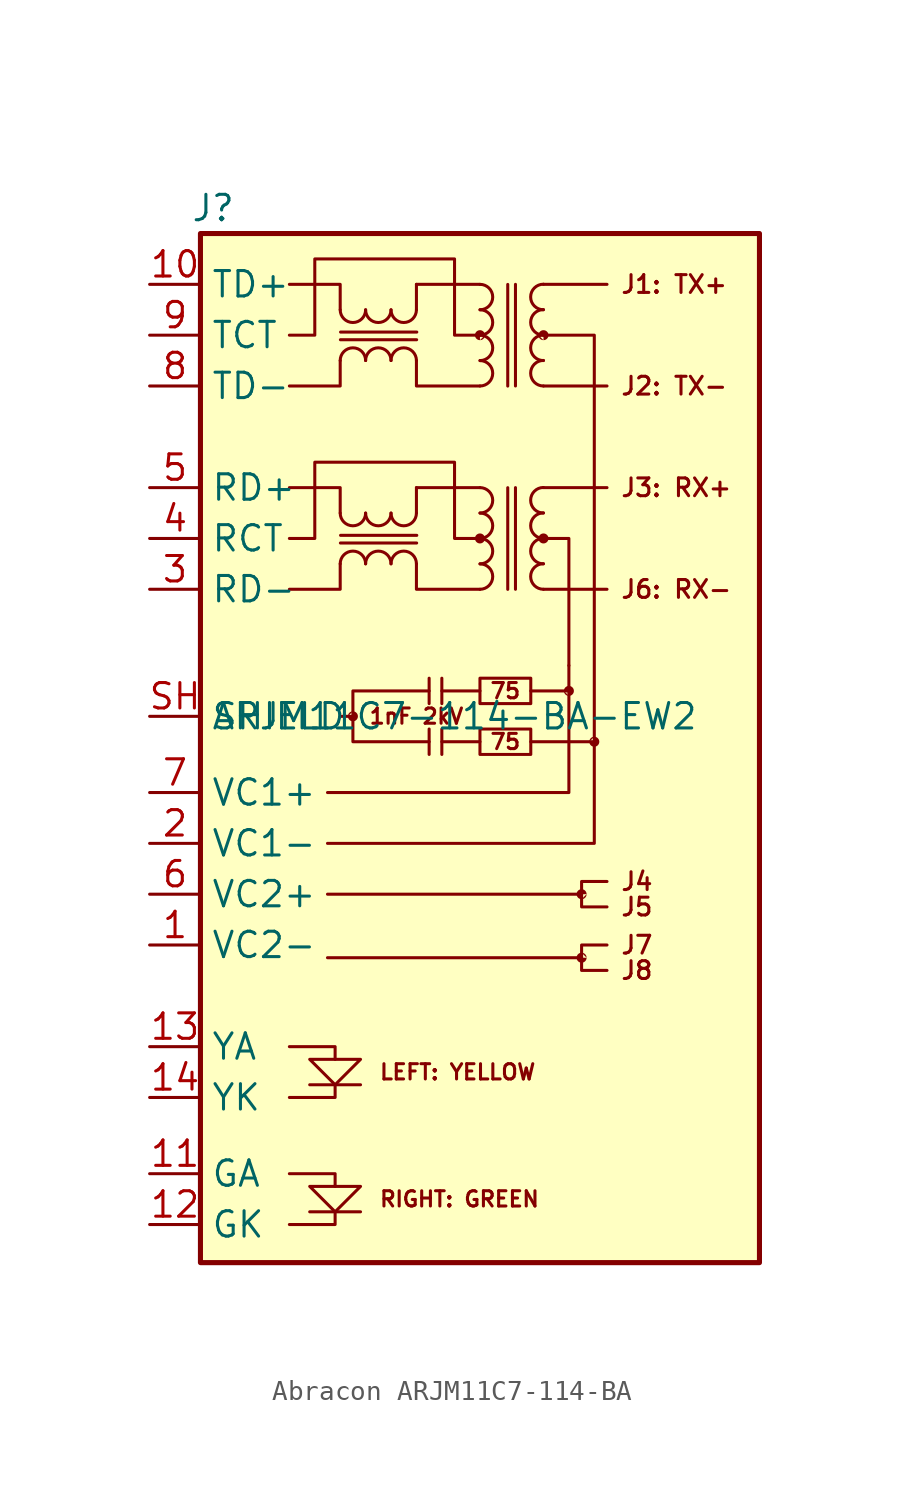
<source format=kicad_sym>
(kicad_symbol_lib
  (version 20241209)
  (generator "kicad_symbol_editor")
  (generator_version "9.0")
  (symbol "Abracon ARJM11C7-114-BA"
    (property "Reference" "J"
      (at 0.635 1.27 0)
      (effects (font (size 1.27 1.27))))
    (property "Value" "ARJM11C7-114-BA-EW2"
      (at 12.7 -24.13 0)
      (effects (font (size 1.27 1.27))))
    (symbol "Abracon ARJM11C7-114-BA_0_0"
      (polyline (pts (xy 4.445 -40.64) (xy 6.731 -40.64) (xy 6.731 -41.275)) (stroke (width 0) (type default)) (fill (type none)))
      (polyline (pts (xy 4.445 -46.99) (xy 6.731 -46.99) (xy 6.731 -47.625)) (stroke (width 0) (type default)) (fill (type none)))
      (polyline (pts (xy 4.445 -49.53) (xy 6.731 -49.53) (xy 6.731 -48.895)) (stroke (width 0) (type default)) (fill (type none)))
      (polyline (pts (xy 5.461 -41.275) (xy 8.001 -41.275) (xy 6.731 -42.545) (xy 5.461 -41.275)) (stroke (width 0) (type default)) (fill (type none)))
      (polyline (pts (xy 6.731 -42.545) (xy 6.731 -43.18) (xy 4.445 -43.18)) (stroke (width 0) (type default)) (fill (type none)))
      (polyline (pts (xy 8.001 -42.545) (xy 5.461 -42.545)) (stroke (width 0) (type default)) (fill (type none)))
      (polyline (pts (xy 8.001 -47.625) (xy 5.461 -47.625) (xy 6.731 -48.895) (xy 8.001 -47.625)) (stroke (width 0) (type default)) (fill (type none)))
      (polyline (pts (xy 8.001 -48.895) (xy 5.461 -48.895)) (stroke (width 0) (type default)) (fill (type none)))
      (polyline (pts (xy 18.415 -22.86) (xy 18.415 -27.94) (xy 6.35 -27.94)) (stroke (width 0) (type default)) (fill (type none)))
      (polyline (pts (xy 19.685 -25.4) (xy 19.685 -30.48) (xy 6.35 -30.48)) (stroke (width 0) (type default)) (fill (type none)))
      (text "75" (at 15.24 -22.86 0) (effects (font (size 0.762 0.762))))
      (text "75" (at 15.24 -25.4 0) (effects (font (size 0.762 0.762)))))
    (symbol "Abracon ARJM11C7-114-BA_0_1"
      (rectangle (start 0 0) (end 27.94 -51.435) (stroke (width 0.254) (type default)) (fill (type background)))
      (polyline (pts (xy 4.445 -2.54) (xy 6.985 -2.54) (xy 6.985 -3.81)) (stroke (width 0) (type default)) (fill (type none)))
      (polyline (pts (xy 4.445 -5.08) (xy 5.715 -5.08) (xy 5.715 -1.27) (xy 12.7 -1.27) (xy 12.7 -5.08) (xy 13.97 -5.08)) (stroke (width 0) (type default)) (fill (type none)))
      (polyline (pts (xy 4.445 -7.62) (xy 6.985 -7.62) (xy 6.985 -6.35)) (stroke (width 0) (type default)) (fill (type none)))
      (polyline (pts (xy 4.445 -12.7) (xy 6.985 -12.7) (xy 6.985 -13.97)) (stroke (width 0) (type default)) (fill (type none)))
      (polyline (pts (xy 4.445 -15.24) (xy 5.715 -15.24) (xy 5.715 -11.43) (xy 12.7 -11.43) (xy 12.7 -15.24) (xy 13.97 -15.24)) (stroke (width 0) (type default)) (fill (type none)))
      (polyline (pts (xy 4.445 -17.78) (xy 6.985 -17.78) (xy 6.985 -16.51)) (stroke (width 0) (type default)) (fill (type none)))
      (arc (start 8.255 -3.8127) (mid 7.62 -4.445) (end 6.985 -3.8127) (stroke (width 0) (type default)) (fill (type none)))
      (arc (start 6.985 -6.3473) (mid 7.62 -5.715) (end 8.255 -6.3473) (stroke (width 0) (type default)) (fill (type none)))
      (arc (start 8.255 -13.9727) (mid 7.62 -14.605) (end 6.985 -13.9727) (stroke (width 0) (type default)) (fill (type none)))
      (arc (start 6.985 -16.5073) (mid 7.62 -15.875) (end 8.255 -16.5073) (stroke (width 0) (type default)) (fill (type none)))
      (arc (start 9.525 -3.8127) (mid 8.89 -4.445) (end 8.255 -3.8127) (stroke (width 0) (type default)) (fill (type none)))
      (arc (start 8.255 -6.3473) (mid 8.89 -5.715) (end 9.525 -6.3473) (stroke (width 0) (type default)) (fill (type none)))
      (arc (start 9.525 -13.9727) (mid 8.89 -14.605) (end 8.255 -13.9727) (stroke (width 0) (type default)) (fill (type none)))
      (arc (start 8.255 -16.5073) (mid 8.89 -15.875) (end 9.525 -16.5073) (stroke (width 0) (type default)) (fill (type none)))
      (arc (start 10.795 -3.8127) (mid 10.16 -4.445) (end 9.525 -3.8127) (stroke (width 0) (type default)) (fill (type none)))
      (arc (start 9.525 -6.3473) (mid 10.16 -5.715) (end 10.795 -6.3473) (stroke (width 0) (type default)) (fill (type none)))
      (arc (start 10.795 -13.9727) (mid 10.16 -14.605) (end 9.525 -13.9727) (stroke (width 0) (type default)) (fill (type none)))
      (arc (start 9.525 -16.5073) (mid 10.16 -15.875) (end 10.795 -16.5073) (stroke (width 0) (type default)) (fill (type none)))
      (polyline (pts (xy 10.795 -3.81) (xy 10.795 -2.54)) (stroke (width 0) (type default)) (fill (type none)))
      (polyline (pts (xy 10.795 -6.35) (xy 10.795 -7.62) (xy 13.97 -7.62)) (stroke (width 0) (type default)) (fill (type none)))
      (polyline (pts (xy 10.795 -13.97) (xy 10.795 -12.7)) (stroke (width 0) (type default)) (fill (type none)))
      (polyline (pts (xy 10.795 -16.51) (xy 10.795 -17.78) (xy 13.97 -17.78)) (stroke (width 0) (type default)) (fill (type none)))
      (polyline (pts (xy 10.806 -5.308) (xy 6.995 -5.308)) (stroke (width 0) (type default)) (fill (type none)))
      (polyline (pts (xy 10.806 -15.468) (xy 6.995 -15.468)) (stroke (width 0) (type default)) (fill (type none)))
      (polyline (pts (xy 10.813 -4.925) (xy 7.003 -4.925)) (stroke (width 0) (type default)) (fill (type none)))
      (polyline (pts (xy 10.813 -15.085) (xy 7.003 -15.085)) (stroke (width 0) (type default)) (fill (type none)))
      (polyline (pts (xy 13.97 -2.54) (xy 10.795 -2.54)) (stroke (width 0) (type default)) (fill (type none)))
      (arc (start 13.9727 -2.54) (mid 14.605 -3.175) (end 13.9727 -3.81) (stroke (width 0) (type default)) (fill (type none)))
      (arc (start 13.9727 -3.81) (mid 14.605 -4.445) (end 13.9727 -5.08) (stroke (width 0) (type default)) (fill (type none)))
      (arc (start 13.9727 -5.08) (mid 14.605 -5.715) (end 13.9727 -6.35) (stroke (width 0) (type default)) (fill (type none)))
      (arc (start 13.9727 -6.35) (mid 14.605 -6.985) (end 13.9727 -7.62) (stroke (width 0) (type default)) (fill (type none)))
      (polyline (pts (xy 13.97 -12.7) (xy 10.795 -12.7)) (stroke (width 0) (type default)) (fill (type none)))
      (arc (start 13.9727 -12.7) (mid 14.605 -13.335) (end 13.9727 -13.97) (stroke (width 0) (type default)) (fill (type none)))
      (arc (start 13.9727 -13.97) (mid 14.605 -14.605) (end 13.9727 -15.24) (stroke (width 0) (type default)) (fill (type none)))
      (arc (start 13.9727 -15.24) (mid 14.605 -15.875) (end 13.9727 -16.51) (stroke (width 0) (type default)) (fill (type none)))
      (arc (start 13.9727 -16.51) (mid 14.605 -17.145) (end 13.9727 -17.78) (stroke (width 0) (type default)) (fill (type none)))
      (rectangle (start 13.97 -22.225) (end 16.51 -23.495) (stroke (width 0) (type default)) (fill (type none)))
      (rectangle (start 13.97 -24.765) (end 16.51 -26.035) (stroke (width 0) (type default)) (fill (type none)))
      (polyline (pts (xy 15.359 -7.624) (xy 15.359 -2.544)) (stroke (width 0) (type default)) (fill (type none)))
      (polyline (pts (xy 15.359 -17.784) (xy 15.359 -12.704)) (stroke (width 0) (type default)) (fill (type none)))
      (polyline (pts (xy 15.745 -7.62) (xy 15.745 -2.54)) (stroke (width 0) (type default)) (fill (type none)))
      (polyline (pts (xy 15.745 -17.78) (xy 15.745 -12.7)) (stroke (width 0) (type default)) (fill (type none)))
      (polyline (pts (xy 17.145 -2.54) (xy 20.32 -2.54)) (stroke (width 0) (type default)) (fill (type none)))
      (arc (start 17.1423 -3.81) (mid 16.51 -3.175) (end 17.1423 -2.54) (stroke (width 0) (type default)) (fill (type none)))
      (arc (start 17.1423 -5.08) (mid 16.51 -4.445) (end 17.1423 -3.81) (stroke (width 0) (type default)) (fill (type none)))
      (arc (start 17.1423 -6.35) (mid 16.51 -5.715) (end 17.1423 -5.08) (stroke (width 0) (type default)) (fill (type none)))
      (arc (start 17.1423 -7.62) (mid 16.51 -6.985) (end 17.1423 -6.35) (stroke (width 0) (type default)) (fill (type none)))
      (polyline (pts (xy 17.145 -7.62) (xy 20.32 -7.62)) (stroke (width 0) (type default)) (fill (type none)))
      (polyline (pts (xy 17.145 -12.7) (xy 20.32 -12.7)) (stroke (width 0) (type default)) (fill (type none)))
      (arc (start 17.1423 -13.97) (mid 16.51 -13.335) (end 17.1423 -12.7) (stroke (width 0) (type default)) (fill (type none)))
      (arc (start 17.1423 -15.24) (mid 16.51 -14.605) (end 17.1423 -13.97) (stroke (width 0) (type default)) (fill (type none)))
      (arc (start 17.1423 -16.51) (mid 16.51 -15.875) (end 17.1423 -15.24) (stroke (width 0) (type default)) (fill (type none)))
      (arc (start 17.1423 -17.78) (mid 16.51 -17.145) (end 17.1423 -16.51) (stroke (width 0) (type default)) (fill (type none)))
      (polyline (pts (xy 17.145 -17.78) (xy 20.32 -17.78)) (stroke (width 0) (type default)) (fill (type none))))
    (symbol "Abracon ARJM11C7-114-BA_1_0"
      (polyline (pts (xy 7.62 -24.13) (xy 6.985 -24.13)) (stroke (width 0) (type default)) (fill (type none)))
      (polyline (pts (xy 11.43 -22.225) (xy 11.43 -23.495)) (stroke (width 0) (type default)) (fill (type none)))
      (polyline (pts (xy 11.43 -22.86) (xy 7.62 -22.86) (xy 7.62 -25.4) (xy 11.43 -25.4)) (stroke (width 0) (type default)) (fill (type none)))
      (polyline (pts (xy 11.43 -24.765) (xy 11.43 -26.035)) (stroke (width 0) (type default)) (fill (type none)))
      (polyline (pts (xy 12.065 -22.225) (xy 12.065 -23.495)) (stroke (width 0) (type default)) (fill (type none)))
      (polyline (pts (xy 12.065 -22.86) (xy 13.97 -22.86)) (stroke (width 0) (type default)) (fill (type none)))
      (polyline (pts (xy 12.065 -24.765) (xy 12.065 -26.035)) (stroke (width 0) (type default)) (fill (type none)))
      (polyline (pts (xy 12.065 -25.4) (xy 13.97 -25.4)) (stroke (width 0) (type default)) (fill (type none)))
      (polyline (pts (xy 16.51 -22.86) (xy 18.415 -22.86) (xy 18.415 -21.59)) (stroke (width 0) (type default)) (fill (type none)))
      (polyline (pts (xy 17.145 -5.08) (xy 19.685 -5.08) (xy 19.685 -25.4) (xy 16.51 -25.4)) (stroke (width 0) (type default)) (fill (type none)))
      (polyline (pts (xy 17.145 -15.24) (xy 18.415 -15.24) (xy 18.415 -21.59)) (stroke (width 0) (type default)) (fill (type none)))
      (polyline (pts (xy 19.05 -33.02) (xy 6.35 -33.02)) (stroke (width 0) (type default)) (fill (type none)))
      (polyline (pts (xy 19.05 -36.195) (xy 6.35 -36.195)) (stroke (width 0) (type default)) (fill (type none)))
      (polyline (pts (xy 20.32 -32.385) (xy 19.05 -32.385) (xy 19.05 -33.655) (xy 20.32 -33.655)) (stroke (width 0) (type default)) (fill (type none)))
      (polyline (pts (xy 20.32 -35.56) (xy 19.05 -35.56) (xy 19.05 -36.83) (xy 20.32 -36.83)) (stroke (width 0) (type default)) (fill (type none)))
      (text "LEFT: YELLOW" (at 8.89 -41.91 0) (effects (font (size 0.762 0.762)) (justify left)))
      (text "RIGHT: GREEN" (at 8.89 -48.26 0) (effects (font (size 0.762 0.762)) (justify left)))
      (text "1nF 2kV" (at 10.795 -24.13 0) (effects (font (size 0.762 0.762))))
      (text "J1: TX+" (at 20.955 -2.54 0) (effects (font (size 0.889 0.889)) (justify left)))
      (text "J2: TX-" (at 20.955 -7.62 0) (effects (font (size 0.889 0.889)) (justify left)))
      (text "J3: RX+" (at 20.955 -12.7 0) (effects (font (size 0.889 0.889)) (justify left)))
      (text "J6: RX-" (at 20.955 -17.78 0) (effects (font (size 0.889 0.889)) (justify left)))
      (text "J4" (at 20.955 -32.385 0) (effects (font (size 0.889 0.889)) (justify left)))
      (text "J5" (at 20.955 -33.655 0) (effects (font (size 0.889 0.889)) (justify left)))
      (text "J7" (at 20.955 -35.56 0) (effects (font (size 0.889 0.889)) (justify left)))
      (text "J8" (at 20.955 -36.83 0) (effects (font (size 0.889 0.889)) (justify left))))
    (symbol "Abracon ARJM11C7-114-BA_1_1"
      (circle (center 7.62 -24.13) (radius 0.0001) (stroke (width 0.5) (type solid)) (fill (type outline)))
      (circle (center 13.97 -5.08) (radius 0.0001) (stroke (width 0.5) (type solid)) (fill (type outline)))
      (circle (center 13.97 -15.24) (radius 0.0001) (stroke (width 0.5) (type solid)) (fill (type outline)))
      (circle (center 17.145 -5.08) (radius 0.0001) (stroke (width 0.5) (type solid)) (fill (type outline)))
      (circle (center 17.145 -15.24) (radius 0.0001) (stroke (width 0.5) (type solid)) (fill (type outline)))
      (circle (center 18.415 -22.86) (radius 0.0001) (stroke (width 0.5) (type solid)) (fill (type outline)))
      (circle (center 19.05 -33.02) (radius 0.0001) (stroke (width 0.5) (type solid)) (fill (type outline)))
      (circle (center 19.05 -36.195) (radius 0.0001) (stroke (width 0.5) (type solid)) (fill (type outline)))
      (circle (center 19.685 -25.4) (radius 0.0001) (stroke (width 0.5) (type solid)) (fill (type outline)))
      (pin passive line (at -2.54 -2.54 0) (length 2.54) (name "TD+" (effects (font (size 1.27 1.27)))) (number "10" (effects (font (size 1.27 1.27)))))
      (pin passive line (at -2.54 -5.08 0) (length 2.54) (name "TCT" (effects (font (size 1.27 1.27)))) (number "9" (effects (font (size 1.27 1.27)))))
      (pin passive line (at -2.54 -7.62 0) (length 2.54) (name "TD-" (effects (font (size 1.27 1.27)))) (number "8" (effects (font (size 1.27 1.27)))))
      (pin passive line (at -2.54 -12.7 0) (length 2.54) (name "RD+" (effects (font (size 1.27 1.27)))) (number "5" (effects (font (size 1.27 1.27)))))
      (pin passive line (at -2.54 -15.24 0) (length 2.54) (name "RCT" (effects (font (size 1.27 1.27)))) (number "4" (effects (font (size 1.27 1.27)))))
      (pin passive line (at -2.54 -17.78 0) (length 2.54) (name "RD-" (effects (font (size 1.27 1.27)))) (number "3" (effects (font (size 1.27 1.27)))))
      (pin passive line (at -2.54 -24.13 0) (length 2.54) (name "SHIELD" (effects (font (size 1.27 1.27)))) (number "SH" (effects (font (size 1.27 1.27)))))
      (pin power_out line (at -2.54 -27.94 0) (length 2.54) (name "VC1+" (effects (font (size 1.27 1.27)))) (number "7" (effects (font (size 1.27 1.27)))))
      (pin power_out line (at -2.54 -30.48 0) (length 2.54) (name "VC1-" (effects (font (size 1.27 1.27)))) (number "2" (effects (font (size 1.27 1.27)))))
      (pin power_out line (at -2.54 -33.02 0) (length 2.54) (name "VC2+" (effects (font (size 1.27 1.27)))) (number "6" (effects (font (size 1.27 1.27)))))
      (pin power_out line (at -2.54 -35.56 0) (length 2.54) (name "VC2-" (effects (font (size 1.27 1.27)))) (number "1" (effects (font (size 1.27 1.27)))))
      (pin passive line (at -2.54 -40.64 0) (length 2.54) (name "YA" (effects (font (size 1.27 1.27)))) (number "13" (effects (font (size 1.27 1.27)))))
      (pin passive line (at -2.54 -43.18 0) (length 2.54) (name "YK" (effects (font (size 1.27 1.27)))) (number "14" (effects (font (size 1.27 1.27)))))
      (pin passive line (at -2.54 -46.99 0) (length 2.54) (name "GA" (effects (font (size 1.27 1.27)))) (number "11" (effects (font (size 1.27 1.27)))))
      (pin passive line (at -2.54 -49.53 0) (length 2.54) (name "GK" (effects (font (size 1.27 1.27)))) (number "12" (effects (font (size 1.27 1.27))))))))
</source>
